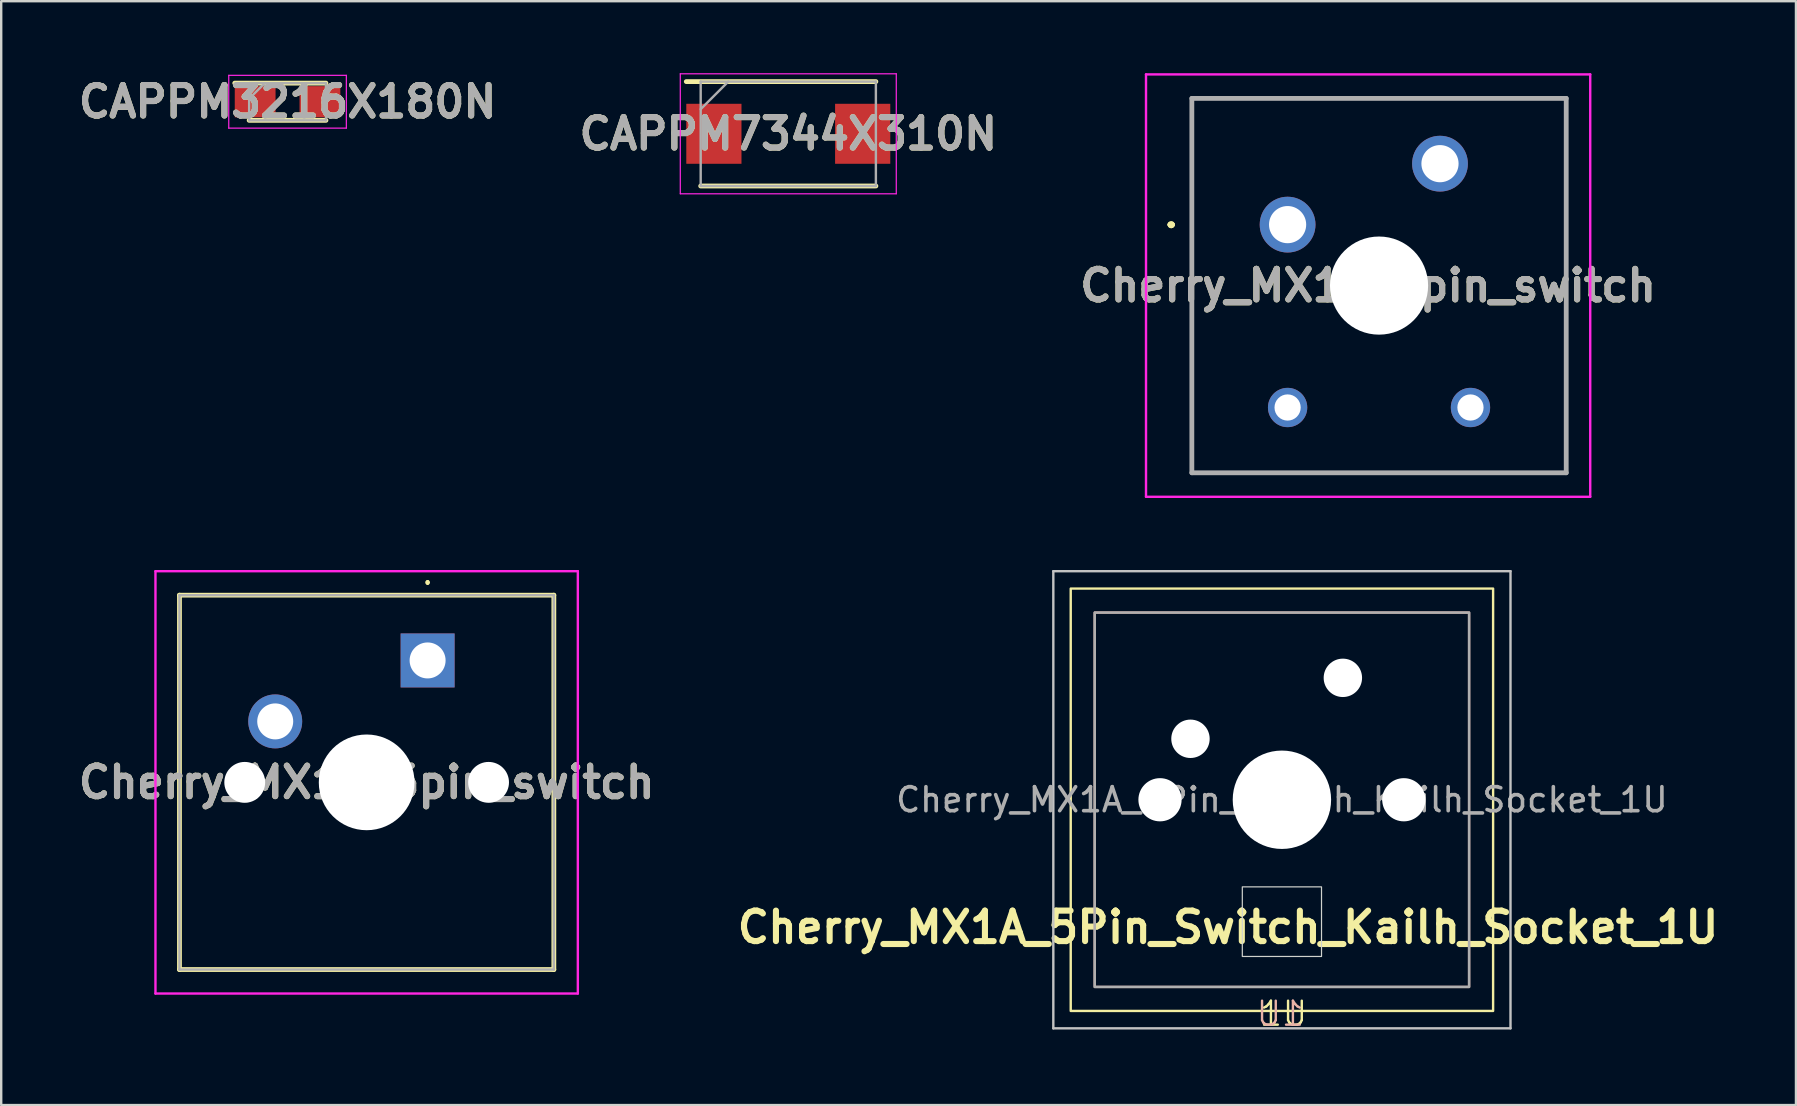
<source format=kicad_pcb>
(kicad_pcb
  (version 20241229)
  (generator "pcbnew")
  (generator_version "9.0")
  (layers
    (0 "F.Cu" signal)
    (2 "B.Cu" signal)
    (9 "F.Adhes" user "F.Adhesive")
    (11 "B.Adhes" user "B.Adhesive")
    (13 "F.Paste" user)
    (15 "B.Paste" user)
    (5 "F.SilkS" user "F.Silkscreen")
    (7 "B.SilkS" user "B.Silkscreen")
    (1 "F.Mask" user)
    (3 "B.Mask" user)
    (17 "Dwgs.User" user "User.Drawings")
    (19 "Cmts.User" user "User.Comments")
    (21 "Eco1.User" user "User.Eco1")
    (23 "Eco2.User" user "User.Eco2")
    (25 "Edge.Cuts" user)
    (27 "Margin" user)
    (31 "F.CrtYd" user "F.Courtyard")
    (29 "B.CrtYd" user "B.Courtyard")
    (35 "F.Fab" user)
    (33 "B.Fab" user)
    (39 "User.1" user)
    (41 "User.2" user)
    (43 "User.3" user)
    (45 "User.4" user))
  (footprint "Cherry_MX1A_5Pin_Switch_Kailh_Socket_1U"
    (layer "F.Cu")
    (at 50.366 30.275)
    (property "Reference" "Cherry_MX1A_5Pin_Switch_Kailh_Socket_1U" (at -2.245 5.315 0) (layer "F.SilkS") (effects (font (size 1.27 1.27) (thickness 0.254))))
    (attr smd)
    (fp_rect (start -8.8 -8.8) (end 8.8 8.8) (stroke (width 0.1) (type default)) (fill no) (layer "F.SilkS"))
    (fp_rect (start -7.8 -7.8) (end 7.8 7.8) (stroke (width 0.1) (type default)) (fill no) (layer "B.SilkS"))
    (fp_line (start -9.525 -9.525) (end -9.525 9.525) (stroke (width 0.1) (type solid)) (layer "Dwgs.User"))
    (fp_line (start -9.525 9.525) (end 9.525 9.525) (stroke (width 0.1) (type solid)) (layer "Dwgs.User"))
    (fp_line (start 9.525 -9.525) (end -9.525 -9.525) (stroke (width 0.1) (type solid)) (layer "Dwgs.User"))
    (fp_line (start 9.525 9.525) (end 9.525 -9.525) (stroke (width 0.1) (type solid)) (layer "Dwgs.User"))
    (fp_rect (start -1.65 3.63) (end 1.65 6.53) (stroke (width 0.05) (type default)) (fill no) (layer "Edge.Cuts"))
    (fp_rect (start -7.8 -7.8) (end 7.8 7.8) (stroke (width 0.1) (type default)) (fill no) (layer "F.Fab"))
    (fp_text user "1U" (at -1 9.5 0) (unlocked yes) (layer "F.SilkS") (effects (font (size 1 1) (thickness 0.1)) (justify left bottom)))
    (fp_text user "1U" (at 1 9.5 0) (unlocked yes) (layer "B.SilkS") (effects (font (size 1 1) (thickness 0.1)) (justify left bottom mirror)))
    (fp_text user "${REFERENCE}" (at 0 0 0) (layer "F.Fab") (effects (font (size 1 1) (thickness 0.15))))
    (pad "" np_thru_hole circle (at -5.08 0) (size 1.8 1.8) (drill 1.8) (layers "*.Cu" "*.Mask"))
    (pad "" np_thru_hole circle (at -3.81 -2.54) (size 1.6 1.6) (drill 1.6) (layers "*.Cu" "*.Mask"))
    (pad "" np_thru_hole circle (at 0 0) (size 4.1 4.1) (drill 4.1) (layers "*.Cu" "*.Mask"))
    (pad "" np_thru_hole circle (at 2.54 -5.08) (size 1.6 1.6) (drill 1.6) (layers "*.Cu" "*.Mask"))
    (pad "" np_thru_hole circle (at 5.08 0) (size 1.8 1.8) (drill 1.8) (layers "*.Cu" "*.Mask"))
    (zone (net_name "") (layers "F.Cu" "B.Cu" "Edge.Cuts") (hatch full 0.5) (connect_pads) (min_thickness 0.25) (filled_areas_thickness no) (keepout (tracks not_allowed) (vias not_allowed) (pads not_allowed) (copperpour not_allowed) (footprints allowed)) (placement (enabled no)) (fill) (polygon (pts (xy 48.536 33.665) (xy 52.196 33.665) (xy 52.196 36.975) (xy 48.546 36.975) (xy 48.536 36.965)))))
  (footprint "CAPPM7344X310N"
    (layer "F.Cu")
    (at 29.797 2.525)
    (property "Reference" "CAPPM7344X310N" (at 0 0 0) (layer "F.SilkS") (effects (font (size 1.27 1.27) (thickness 0.254))))
    (attr smd)
    (fp_line (start -3.65 2.175) (end 3.65 2.175) (stroke (width 0.2) (type solid)) (layer "F.SilkS"))
    (fp_line (start 3.65 -2.175) (end -4.25 -2.175) (stroke (width 0.2) (type solid)) (layer "F.SilkS"))
    (fp_line (start -4.5 -2.5) (end 4.5 -2.5) (stroke (width 0.05) (type solid)) (layer "F.CrtYd"))
    (fp_line (start -4.5 2.5) (end -4.5 -2.5) (stroke (width 0.05) (type solid)) (layer "F.CrtYd"))
    (fp_line (start 4.5 -2.5) (end 4.5 2.5) (stroke (width 0.05) (type solid)) (layer "F.CrtYd"))
    (fp_line (start 4.5 2.5) (end -4.5 2.5) (stroke (width 0.05) (type solid)) (layer "F.CrtYd"))
    (fp_line (start -3.65 -2.175) (end 3.65 -2.175) (stroke (width 0.1) (type solid)) (layer "F.Fab"))
    (fp_line (start -3.65 -1.025) (end -2.5 -2.175) (stroke (width 0.1) (type solid)) (layer "F.Fab"))
    (fp_line (start -3.65 2.175) (end -3.65 -2.175) (stroke (width 0.1) (type solid)) (layer "F.Fab"))
    (fp_line (start 3.65 -2.175) (end 3.65 2.175) (stroke (width 0.1) (type solid)) (layer "F.Fab"))
    (fp_line (start 3.65 2.175) (end -3.65 2.175) (stroke (width 0.1) (type solid)) (layer "F.Fab"))
    (fp_text user "${REFERENCE}" (at 0 0 0) (layer "F.Fab") (effects (font (size 1.27 1.27) (thickness 0.254))))
    (pad "1" smd rect (at -3.1 0) (size 2.3 2.5) (layers "F.Cu" "F.Mask" "F.Paste"))
    (pad "2" smd rect (at 3.1 0) (size 2.3 2.5) (layers "F.Cu" "F.Mask" "F.Paste")))
  (footprint "Cherry_MX1A_3pin_switch"
    (layer "F.Cu")
    (at 50.603 6.31)
    (property "Reference" "Cherry_MX1A_3pin_switch" (at 3.355 2.54 0) (layer "F.SilkS") (effects (font (size 1.27 1.27) (thickness 0.254))))
    (attr through_hole)
    (fp_line (start -4.9 0) (end -4.9 0) (stroke (width 0.2) (type solid)) (layer "F.SilkS"))
    (fp_line (start -4.9 0) (end -4.9 0) (stroke (width 0.2) (type solid)) (layer "F.SilkS"))
    (fp_line (start -4.8 0) (end -4.8 0) (stroke (width 0.2) (type solid)) (layer "F.SilkS"))
    (fp_line (start -3.99 -5.26) (end 11.61 -5.26) (stroke (width 0.1) (type solid)) (layer "F.SilkS"))
    (fp_line (start -3.99 10.34) (end -3.99 -5.26) (stroke (width 0.1) (type solid)) (layer "F.SilkS"))
    (fp_line (start 11.61 -5.26) (end 11.61 10.34) (stroke (width 0.1) (type solid)) (layer "F.SilkS"))
    (fp_line (start 11.61 10.34) (end -3.99 10.34) (stroke (width 0.1) (type solid)) (layer "F.SilkS"))
    (fp_arc (start -4.9 0) (mid -4.85 -0.05) (end -4.8 0) (stroke (width 0.2) (type solid)) (layer "F.SilkS"))
    (fp_arc (start -4.8 0) (mid -4.85 0.05) (end -4.9 0) (stroke (width 0.2) (type solid)) (layer "F.SilkS"))
    (fp_arc (start -4.8 0) (mid -4.85 0.05) (end -4.9 0) (stroke (width 0.2) (type solid)) (layer "F.SilkS"))
    (fp_line (start -5.9 -6.26) (end 12.61 -6.26) (stroke (width 0.1) (type solid)) (layer "F.CrtYd"))
    (fp_line (start -5.9 11.34) (end -5.9 -6.26) (stroke (width 0.1) (type solid)) (layer "F.CrtYd"))
    (fp_line (start 12.61 -6.26) (end 12.61 11.34) (stroke (width 0.1) (type solid)) (layer "F.CrtYd"))
    (fp_line (start 12.61 11.34) (end -5.9 11.34) (stroke (width 0.1) (type solid)) (layer "F.CrtYd"))
    (fp_line (start -3.99 -5.26) (end -3.99 10.34) (stroke (width 0.2) (type solid)) (layer "F.Fab"))
    (fp_line (start -3.99 10.34) (end 11.61 10.34) (stroke (width 0.2) (type solid)) (layer "F.Fab"))
    (fp_line (start 11.61 -5.26) (end -3.99 -5.26) (stroke (width 0.2) (type solid)) (layer "F.Fab"))
    (fp_line (start 11.61 10.34) (end 11.61 -5.26) (stroke (width 0.2) (type solid)) (layer "F.Fab"))
    (fp_text user "${REFERENCE}" (at 3.355 2.54 0) (layer "F.Fab") (effects (font (size 1.27 1.27) (thickness 0.254))))
    (pad "" np_thru_hole circle (at 3.81 2.54) (size 4.089 4.089) (drill 4.089) (layers "*.Cu" "*.Mask"))
    (pad "1" thru_hole circle (at 0 0) (size 2.324 2.324) (drill 1.549) (layers "*.Cu" "*.Mask"))
    (pad "2" thru_hole circle (at 6.35 -2.54) (size 2.324 2.324) (drill 1.549) (layers "*.Cu" "*.Mask"))
    (pad "MH1" thru_hole circle (at 0 7.62) (size 1.638 1.638) (drill 1.092) (layers "*.Cu" "*.Mask"))
    (pad "MH2" thru_hole circle (at 7.62 7.62) (size 1.638 1.638) (drill 1.092) (layers "*.Cu" "*.Mask")))
  (footprint "CAPPM3216X180N"
    (layer "F.Cu")
    (at 8.932 1.189)
    (property "Reference" "CAPPM3216X180N" (at 0 0 0) (layer "F.SilkS") (effects (font (size 1.27 1.27) (thickness 0.254))))
    (attr smd)
    (fp_line (start -1.6 0.775) (end 1.6 0.775) (stroke (width 0.2) (type solid)) (layer "F.SilkS"))
    (fp_line (start 1.6 -0.775) (end -2.2 -0.775) (stroke (width 0.2) (type solid)) (layer "F.SilkS"))
    (fp_line (start -2.45 -1.1) (end 2.45 -1.1) (stroke (width 0.05) (type solid)) (layer "F.CrtYd"))
    (fp_line (start -2.45 1.1) (end -2.45 -1.1) (stroke (width 0.05) (type solid)) (layer "F.CrtYd"))
    (fp_line (start 2.45 -1.1) (end 2.45 1.1) (stroke (width 0.05) (type solid)) (layer "F.CrtYd"))
    (fp_line (start 2.45 1.1) (end -2.45 1.1) (stroke (width 0.05) (type solid)) (layer "F.CrtYd"))
    (fp_line (start -1.6 -0.775) (end 1.6 -0.775) (stroke (width 0.1) (type solid)) (layer "F.Fab"))
    (fp_line (start -1.6 -0.125) (end -0.95 -0.775) (stroke (width 0.1) (type solid)) (layer "F.Fab"))
    (fp_line (start -1.6 0.775) (end -1.6 -0.775) (stroke (width 0.1) (type solid)) (layer "F.Fab"))
    (fp_line (start 1.6 -0.775) (end 1.6 0.775) (stroke (width 0.1) (type solid)) (layer "F.Fab"))
    (fp_line (start 1.6 0.775) (end -1.6 0.775) (stroke (width 0.1) (type solid)) (layer "F.Fab"))
    (fp_text user "${REFERENCE}" (at 0 0 0) (layer "F.Fab") (effects (font (size 1.27 1.27) (thickness 0.254))))
    (pad "1" smd rect (at -1.35 0 90) (size 1.3 1.7) (layers "F.Cu" "F.Mask" "F.Paste"))
    (pad "2" smd rect (at 1.35 0 90) (size 1.3 1.7) (layers "F.Cu" "F.Mask" "F.Paste")))
  (footprint "Cherry_MX1A_5pin_switch"
    (layer "F.Cu")
    (at 14.768 24.47)
    (property "Reference" "Cherry_MX1A_5pin_switch" (at -2.54 5.08 0) (layer "F.SilkS") (effects (font (size 1.27 1.27) (thickness 0.254))))
    (attr through_hole)
    (fp_line (start -10.34 -2.72) (end 5.26 -2.72) (stroke (width 0.2) (type solid)) (layer "F.SilkS"))
    (fp_line (start -10.34 12.88) (end -10.34 -2.72) (stroke (width 0.2) (type solid)) (layer "F.SilkS"))
    (fp_line (start 0 -3.3) (end 0 -3.3) (stroke (width 0.1) (type solid)) (layer "F.SilkS"))
    (fp_line (start 0 -3.2) (end 0 -3.2) (stroke (width 0.1) (type solid)) (layer "F.SilkS"))
    (fp_line (start 5.26 -2.72) (end 5.26 12.88) (stroke (width 0.2) (type solid)) (layer "F.SilkS"))
    (fp_line (start 5.26 12.88) (end -10.34 12.88) (stroke (width 0.2) (type solid)) (layer "F.SilkS"))
    (fp_arc (start 0 -3.3) (mid 0.05 -3.25) (end 0 -3.2) (stroke (width 0.1) (type solid)) (layer "F.SilkS"))
    (fp_arc (start 0 -3.2) (mid -0.05 -3.25) (end 0 -3.3) (stroke (width 0.1) (type solid)) (layer "F.SilkS"))
    (fp_line (start -11.34 -3.72) (end 6.26 -3.72) (stroke (width 0.1) (type solid)) (layer "F.CrtYd"))
    (fp_line (start -11.34 13.88) (end -11.34 -3.72) (stroke (width 0.1) (type solid)) (layer "F.CrtYd"))
    (fp_line (start 6.26 -3.72) (end 6.26 13.88) (stroke (width 0.1) (type solid)) (layer "F.CrtYd"))
    (fp_line (start 6.26 13.88) (end -11.34 13.88) (stroke (width 0.1) (type solid)) (layer "F.CrtYd"))
    (fp_line (start -10.34 -2.72) (end 5.26 -2.72) (stroke (width 0.1) (type solid)) (layer "F.Fab"))
    (fp_line (start -10.34 12.88) (end -10.34 -2.72) (stroke (width 0.1) (type solid)) (layer "F.Fab"))
    (fp_line (start 5.26 -2.72) (end 5.26 12.88) (stroke (width 0.1) (type solid)) (layer "F.Fab"))
    (fp_line (start 5.26 12.88) (end -10.34 12.88) (stroke (width 0.1) (type solid)) (layer "F.Fab"))
    (fp_text user "${REFERENCE}" (at -2.54 5.08 0) (layer "F.Fab") (effects (font (size 1.27 1.27) (thickness 0.254))))
    (pad "" np_thru_hole circle (at -7.62 5.08) (size 1.702 1.702) (drill 1.702) (layers "*.Cu" "*.Mask"))
    (pad "" np_thru_hole circle (at -2.54 5.08) (size 3.988 3.988) (drill 3.988) (layers "*.Cu" "*.Mask"))
    (pad "" np_thru_hole circle (at 2.54 5.08) (size 1.702 1.702) (drill 1.702) (layers "*.Cu" "*.Mask"))
    (pad "1" thru_hole rect (at 0 0) (size 2.248 2.248) (drill 1.499) (layers "*.Cu" "*.Mask"))
    (pad "2" thru_hole circle (at -6.35 2.54) (size 2.248 2.248) (drill 1.499) (layers "*.Cu" "*.Mask")))
  (gr_rect
    (start -3 -3)
    (end 71.786 42.996)
    (stroke (width 0.1) (type default))
    (fill no)
    (layer "Edge.Cuts")))
</source>
